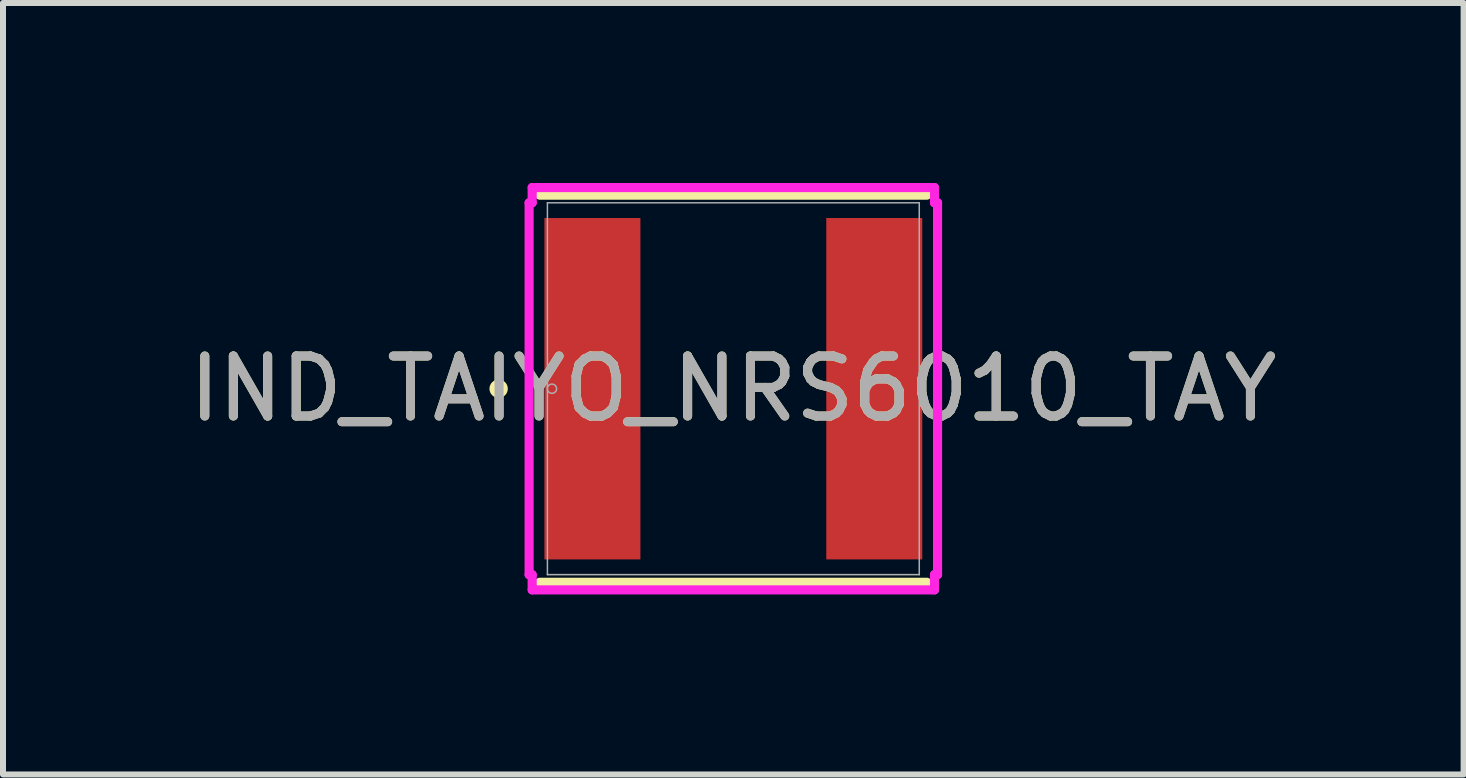
<source format=kicad_pcb>
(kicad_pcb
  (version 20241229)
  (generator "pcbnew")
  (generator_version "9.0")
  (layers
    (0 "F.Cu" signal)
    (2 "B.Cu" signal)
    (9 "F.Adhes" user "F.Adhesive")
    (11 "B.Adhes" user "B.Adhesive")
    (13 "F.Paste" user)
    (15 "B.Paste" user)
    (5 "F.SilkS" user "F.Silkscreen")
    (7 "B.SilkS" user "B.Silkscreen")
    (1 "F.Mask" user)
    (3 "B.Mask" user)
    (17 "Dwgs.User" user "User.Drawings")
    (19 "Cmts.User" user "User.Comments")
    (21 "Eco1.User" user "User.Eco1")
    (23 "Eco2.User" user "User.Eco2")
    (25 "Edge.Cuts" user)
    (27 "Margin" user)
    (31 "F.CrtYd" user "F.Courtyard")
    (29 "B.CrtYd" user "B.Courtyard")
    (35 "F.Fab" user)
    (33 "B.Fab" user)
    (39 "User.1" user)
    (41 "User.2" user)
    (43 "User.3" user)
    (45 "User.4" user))
  (footprint "IND_TAIYO_NRS6010_TAY"
    (layer "F.Cu")
    (at 9.173 3.429)
    (property "Reference" "IND_TAIYO_NRS6010_TAY" (at 0 0 0) (unlocked yes) (layer "F.SilkS") (effects (font (size 1 1) (thickness 0.15))))
    (attr smd)
    (fp_line (start -3.226 3.226) (end 3.226 3.226) (stroke (width 0.152) (type solid)) (layer "F.SilkS"))
    (fp_line (start 3.226 -3.226) (end -3.226 -3.226) (stroke (width 0.152) (type solid)) (layer "F.SilkS"))
    (fp_circle (center -3.912 0) (end -3.835 0) (stroke (width 0.152) (type solid)) (fill no) (layer "F.SilkS"))
    (fp_line (start -3.404 -3.099) (end -3.353 -3.099) (stroke (width 0.152) (type solid)) (layer "F.CrtYd"))
    (fp_line (start -3.404 3.099) (end -3.404 -3.099) (stroke (width 0.152) (type solid)) (layer "F.CrtYd"))
    (fp_line (start -3.353 -3.353) (end 3.353 -3.353) (stroke (width 0.152) (type solid)) (layer "F.CrtYd"))
    (fp_line (start -3.353 -3.099) (end -3.353 -3.353) (stroke (width 0.152) (type solid)) (layer "F.CrtYd"))
    (fp_line (start -3.353 3.099) (end -3.404 3.099) (stroke (width 0.152) (type solid)) (layer "F.CrtYd"))
    (fp_line (start -3.353 3.353) (end -3.353 3.099) (stroke (width 0.152) (type solid)) (layer "F.CrtYd"))
    (fp_line (start 3.353 -3.353) (end 3.353 -3.099) (stroke (width 0.152) (type solid)) (layer "F.CrtYd"))
    (fp_line (start 3.353 -3.099) (end 3.404 -3.099) (stroke (width 0.152) (type solid)) (layer "F.CrtYd"))
    (fp_line (start 3.353 3.099) (end 3.353 3.353) (stroke (width 0.152) (type solid)) (layer "F.CrtYd"))
    (fp_line (start 3.353 3.353) (end -3.353 3.353) (stroke (width 0.152) (type solid)) (layer "F.CrtYd"))
    (fp_line (start 3.404 -3.099) (end 3.404 3.099) (stroke (width 0.152) (type solid)) (layer "F.CrtYd"))
    (fp_line (start 3.404 3.099) (end 3.353 3.099) (stroke (width 0.152) (type solid)) (layer "F.CrtYd"))
    (fp_line (start -3.099 -3.099) (end -3.099 3.099) (stroke (width 0.025) (type solid)) (layer "F.Fab"))
    (fp_line (start -3.099 3.099) (end 3.099 3.099) (stroke (width 0.025) (type solid)) (layer "F.Fab"))
    (fp_line (start 3.099 -3.099) (end -3.099 -3.099) (stroke (width 0.025) (type solid)) (layer "F.Fab"))
    (fp_line (start 3.099 3.099) (end 3.099 -3.099) (stroke (width 0.025) (type solid)) (layer "F.Fab"))
    (fp_circle (center -3.023 0) (end -2.946 0) (stroke (width 0.025) (type solid)) (fill no) (layer "F.Fab"))
    (fp_text user "${REFERENCE}" (at 0 0 0) (unlocked yes) (layer "F.Fab") (effects (font (size 1 1) (thickness 0.15))))
    (pad "1" smd rect (at -2.349 0) (size 1.6 5.69) (layers "F.Cu" "F.Mask" "F.Paste"))
    (pad "2" smd rect (at 2.349 0) (size 1.6 5.69) (layers "F.Cu" "F.Mask" "F.Paste"))
    (zone (net_name "") (layer "F.Cu") (hatch full 0.508) (connect_pads) (min_thickness 0.254) (filled_areas_thickness no) (keepout (tracks not_allowed) (vias not_allowed) (pads allowed) (copperpour not_allowed) (footprints allowed)) (placement (enabled no)) (fill) (polygon (pts (xy 7.674 0.381) (xy 10.671 0.381) (xy 10.671 6.477) (xy 7.674 6.477)))))
  (gr_rect
    (start -3 -3)
    (end 21.345 9.858)
    (stroke (width 0.1) (type default))
    (fill no)
    (layer "Edge.Cuts")))
</source>
